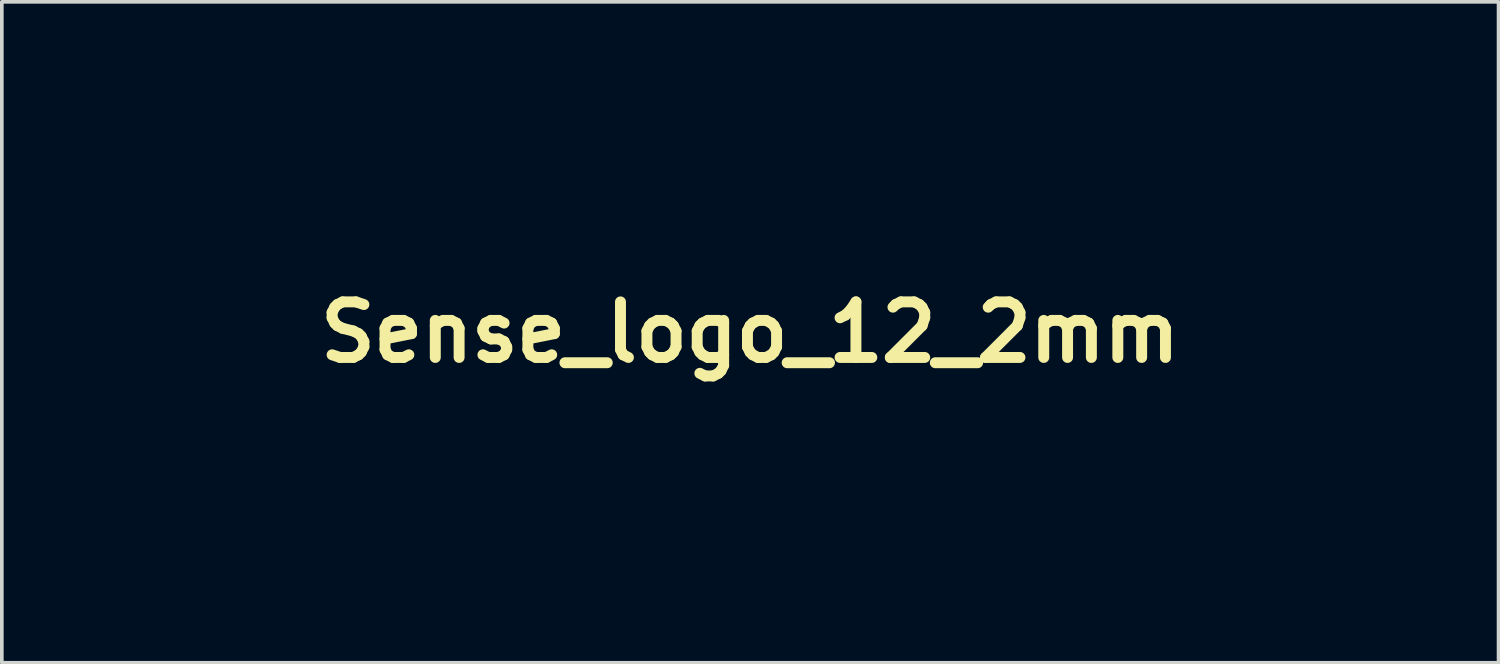
<source format=kicad_pcb>
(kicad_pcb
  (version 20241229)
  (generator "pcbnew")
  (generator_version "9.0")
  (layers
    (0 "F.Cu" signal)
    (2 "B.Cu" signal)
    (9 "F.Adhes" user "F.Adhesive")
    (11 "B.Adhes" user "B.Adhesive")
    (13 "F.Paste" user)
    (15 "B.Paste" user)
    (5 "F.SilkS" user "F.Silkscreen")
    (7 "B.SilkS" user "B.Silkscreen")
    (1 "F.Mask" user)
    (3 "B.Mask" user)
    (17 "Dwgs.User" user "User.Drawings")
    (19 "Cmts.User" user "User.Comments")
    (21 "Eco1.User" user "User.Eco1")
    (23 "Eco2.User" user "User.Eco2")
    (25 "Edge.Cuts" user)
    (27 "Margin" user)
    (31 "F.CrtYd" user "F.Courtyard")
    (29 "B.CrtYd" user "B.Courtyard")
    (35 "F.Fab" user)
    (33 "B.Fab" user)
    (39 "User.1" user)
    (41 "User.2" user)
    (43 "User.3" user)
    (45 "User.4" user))
  (footprint "Sense_logo_12_2mm"
    (layer "F.Cu")
    (at 17.527 6.066)
    (property "Reference" "Sense_logo_12_2mm" (at 0 0 0) (layer "F.SilkS") (effects (font (size 1.524 1.524) (thickness 0.3))))
    (attr through_hole)
    (fp_poly (pts (xy 0.872 0.874) (xy 0.945 0.913) (xy 0.946 0.914) (xy 1.016 0.969) (xy 1.016 2.98) (xy 1.015 3.295) (xy 1.015 3.596) (xy 1.013 3.879) (xy 1.012 4.139) (xy 1.01 4.373) (xy 1.008 4.578) (xy 1.006 4.748) (xy 1.003 4.88) (xy 1 4.97) (xy 0.998 5.015) (xy 0.997 5.019) (xy 0.931 5.075) (xy 0.844 5.1) (xy 0.753 5.092) (xy 0.678 5.048) (xy 0.678 5.048) (xy 0.622 4.991) (xy 0.624 2.977) (xy 0.624 2.603) (xy 0.625 2.277) (xy 0.625 1.995) (xy 0.626 1.754) (xy 0.628 1.551) (xy 0.63 1.383) (xy 0.634 1.245) (xy 0.64 1.136) (xy 0.647 1.051) (xy 0.656 0.988) (xy 0.667 0.943) (xy 0.681 0.913) (xy 0.698 0.894) (xy 0.718 0.884) (xy 0.741 0.879) (xy 0.767 0.876) (xy 0.789 0.873) (xy 0.872 0.874)) (stroke (width 0.01) (type solid)) (fill no) (layer "Eco2.User"))
    (fp_poly (pts (xy 8.278 0.877) (xy 8.347 0.911) (xy 8.391 0.954) (xy 8.394 0.961) (xy 8.397 0.992) (xy 8.399 1.07) (xy 8.401 1.191) (xy 8.403 1.35) (xy 8.405 1.545) (xy 8.407 1.772) (xy 8.408 2.025) (xy 8.409 2.302) (xy 8.41 2.598) (xy 8.41 2.909) (xy 8.41 3.008) (xy 8.411 5.016) (xy 8.356 5.061) (xy 8.276 5.098) (xy 8.184 5.102) (xy 8.102 5.074) (xy 8.077 5.055) (xy 8.068 5.044) (xy 8.06 5.031) (xy 8.053 5.012) (xy 8.047 4.982) (xy 8.042 4.94) (xy 8.038 4.881) (xy 8.035 4.802) (xy 8.032 4.7) (xy 8.03 4.572) (xy 8.029 4.413) (xy 8.028 4.221) (xy 8.027 3.993) (xy 8.027 3.724) (xy 8.026 3.412) (xy 8.026 3.053) (xy 8.026 0.969) (xy 8.093 0.916) (xy 8.153 0.879) (xy 8.205 0.864) (xy 8.206 0.864) (xy 8.278 0.877)) (stroke (width 0.01) (type solid)) (fill no) (layer "Eco2.User"))
    (fp_poly (pts (xy 14.455 0.887) (xy 14.511 0.914) (xy 14.563 0.971) (xy 14.62 1.063) (xy 14.679 1.161) (xy 14.756 1.287) (xy 14.848 1.434) (xy 14.951 1.598) (xy 15.063 1.772) (xy 15.178 1.951) (xy 15.295 2.13) (xy 15.409 2.304) (xy 15.516 2.466) (xy 15.613 2.611) (xy 15.697 2.735) (xy 15.764 2.831) (xy 15.81 2.893) (xy 15.83 2.916) (xy 15.856 2.929) (xy 15.885 2.919) (xy 15.926 2.879) (xy 15.979 2.815) (xy 16.06 2.706) (xy 16.163 2.558) (xy 16.285 2.373) (xy 16.424 2.157) (xy 16.576 1.914) (xy 16.74 1.648) (xy 16.845 1.474) (xy 16.936 1.324) (xy 17.02 1.187) (xy 17.093 1.072) (xy 17.15 0.983) (xy 17.189 0.927) (xy 17.203 0.909) (xy 17.25 0.895) (xy 17.306 0.889) (xy 17.371 0.908) (xy 17.441 0.954) (xy 17.497 1.013) (xy 17.525 1.072) (xy 17.526 1.082) (xy 17.513 1.122) (xy 17.479 1.193) (xy 17.43 1.281) (xy 17.407 1.319) (xy 17.354 1.402) (xy 17.278 1.52) (xy 17.183 1.666) (xy 17.073 1.834) (xy 16.953 2.016) (xy 16.828 2.205) (xy 16.702 2.395) (xy 16.58 2.579) (xy 16.467 2.749) (xy 16.366 2.898) (xy 16.283 3.021) (xy 16.243 3.079) (xy 16.072 3.325) (xy 16.069 4.167) (xy 16.066 5.008) (xy 16.006 5.057) (xy 15.924 5.096) (xy 15.829 5.103) (xy 15.744 5.076) (xy 15.734 5.069) (xy 15.72 5.057) (xy 15.709 5.039) (xy 15.701 5.009) (xy 15.694 4.962) (xy 15.688 4.893) (xy 15.684 4.797) (xy 15.68 4.669) (xy 15.677 4.502) (xy 15.673 4.292) (xy 15.672 4.187) (xy 15.659 3.34) (xy 14.955 2.279) (xy 14.816 2.07) (xy 14.685 1.873) (xy 14.565 1.691) (xy 14.459 1.53) (xy 14.369 1.393) (xy 14.299 1.285) (xy 14.25 1.21) (xy 14.226 1.172) (xy 14.225 1.17) (xy 14.196 1.073) (xy 14.212 0.987) (xy 14.265 0.921) (xy 14.351 0.885) (xy 14.385 0.882) (xy 14.455 0.887)) (stroke (width 0.01) (type solid)) (fill no) (layer "Eco2.User"))
    (fp_poly (pts (xy -1.546 0.871) (xy -1.422 0.874) (xy -1.252 0.88) (xy -1.125 0.885) (xy -1.034 0.891) (xy -0.972 0.898) (xy -0.931 0.908) (xy -0.903 0.922) (xy -0.882 0.941) (xy -0.87 0.954) (xy -0.824 1.019) (xy -0.819 1.075) (xy -0.856 1.14) (xy -0.864 1.151) (xy -0.916 1.217) (xy -1.722 1.224) (xy -1.98 1.226) (xy -2.192 1.229) (xy -2.362 1.237) (xy -2.495 1.254) (xy -2.597 1.282) (xy -2.67 1.326) (xy -2.721 1.39) (xy -2.753 1.477) (xy -2.771 1.591) (xy -2.78 1.735) (xy -2.785 1.913) (xy -2.788 2.071) (xy -2.792 2.273) (xy -2.793 2.428) (xy -2.79 2.54) (xy -2.785 2.611) (xy -2.776 2.647) (xy -2.772 2.652) (xy -2.74 2.657) (xy -2.664 2.661) (xy -2.551 2.664) (xy -2.406 2.666) (xy -2.237 2.668) (xy -2.051 2.669) (xy -2.002 2.669) (xy -1.771 2.668) (xy -1.585 2.67) (xy -1.44 2.673) (xy -1.331 2.68) (xy -1.253 2.691) (xy -1.2 2.707) (xy -1.167 2.73) (xy -1.15 2.76) (xy -1.144 2.799) (xy -1.143 2.841) (xy -1.144 2.891) (xy -1.15 2.931) (xy -1.166 2.962) (xy -1.198 2.985) (xy -1.251 3.001) (xy -1.329 3.012) (xy -1.439 3.018) (xy -1.585 3.022) (xy -1.772 3.023) (xy -1.958 3.023) (xy -2.147 3.024) (xy -2.322 3.025) (xy -2.475 3.027) (xy -2.599 3.031) (xy -2.688 3.034) (xy -2.734 3.038) (xy -2.737 3.039) (xy -2.794 3.054) (xy -2.794 5) (xy -2.861 5.053) (xy -2.951 5.099) (xy -3.038 5.094) (xy -3.099 5.059) (xy -3.156 5.013) (xy -3.151 3.227) (xy -3.15 2.87) (xy -3.149 2.56) (xy -3.148 2.293) (xy -3.146 2.066) (xy -3.143 1.875) (xy -3.139 1.716) (xy -3.134 1.586) (xy -3.127 1.481) (xy -3.118 1.397) (xy -3.108 1.331) (xy -3.095 1.279) (xy -3.079 1.237) (xy -3.061 1.201) (xy -3.039 1.168) (xy -3.014 1.135) (xy -3.01 1.13) (xy -2.955 1.074) (xy -2.875 1.014) (xy -2.821 0.981) (xy -2.765 0.953) (xy -2.71 0.932) (xy -2.647 0.916) (xy -2.564 0.905) (xy -2.45 0.894) (xy -2.303 0.884) (xy -2.145 0.876) (xy -1.953 0.872) (xy -1.748 0.87) (xy -1.546 0.871)) (stroke (width 0.01) (type solid)) (fill no) (layer "Eco2.User"))
    (fp_poly (pts (xy 12.135 0.914) (xy 12.372 0.915) (xy 12.57 0.916) (xy 12.732 0.919) (xy 12.861 0.923) (xy 12.961 0.929) (xy 13.035 0.938) (xy 13.089 0.949) (xy 13.124 0.963) (xy 13.145 0.981) (xy 13.155 1.002) (xy 13.158 1.027) (xy 13.157 1.057) (xy 13.157 1.077) (xy 13.156 1.125) (xy 13.147 1.163) (xy 13.127 1.192) (xy 13.089 1.213) (xy 13.028 1.228) (xy 12.939 1.237) (xy 12.816 1.242) (xy 12.654 1.244) (xy 12.447 1.245) (xy 12.413 1.245) (xy 12.215 1.245) (xy 12.061 1.245) (xy 11.946 1.247) (xy 11.864 1.25) (xy 11.808 1.255) (xy 11.773 1.263) (xy 11.752 1.274) (xy 11.739 1.288) (xy 11.732 1.301) (xy 11.726 1.325) (xy 11.721 1.373) (xy 11.717 1.449) (xy 11.714 1.555) (xy 11.712 1.693) (xy 11.71 1.867) (xy 11.71 2.08) (xy 11.711 2.334) (xy 11.712 2.631) (xy 11.715 2.975) (xy 11.717 3.18) (xy 11.72 3.537) (xy 11.722 3.848) (xy 11.724 4.114) (xy 11.725 4.339) (xy 11.725 4.528) (xy 11.723 4.682) (xy 11.719 4.807) (xy 11.713 4.904) (xy 11.705 4.978) (xy 11.693 5.031) (xy 11.679 5.068) (xy 11.662 5.092) (xy 11.641 5.106) (xy 11.616 5.113) (xy 11.588 5.117) (xy 11.555 5.121) (xy 11.478 5.123) (xy 11.415 5.093) (xy 11.394 5.075) (xy 11.323 5.015) (xy 11.327 3.165) (xy 11.328 2.789) (xy 11.328 2.461) (xy 11.327 2.179) (xy 11.326 1.94) (xy 11.324 1.742) (xy 11.321 1.583) (xy 11.318 1.46) (xy 11.314 1.371) (xy 11.309 1.313) (xy 11.303 1.284) (xy 11.301 1.28) (xy 11.283 1.269) (xy 11.246 1.26) (xy 11.185 1.254) (xy 11.095 1.249) (xy 10.969 1.246) (xy 10.803 1.245) (xy 10.627 1.245) (xy 10.429 1.244) (xy 10.275 1.244) (xy 10.16 1.241) (xy 10.076 1.238) (xy 10.018 1.232) (xy 9.98 1.224) (xy 9.954 1.213) (xy 9.936 1.198) (xy 9.931 1.194) (xy 9.89 1.123) (xy 9.884 1.042) (xy 9.914 0.97) (xy 9.927 0.956) (xy 9.94 0.948) (xy 9.961 0.94) (xy 9.994 0.934) (xy 10.043 0.929) (xy 10.112 0.925) (xy 10.203 0.921) (xy 10.322 0.919) (xy 10.472 0.917) (xy 10.656 0.916) (xy 10.879 0.915) (xy 11.145 0.915) (xy 11.456 0.914) (xy 11.525 0.914) (xy 11.854 0.914) (xy 12.135 0.914)) (stroke (width 0.01) (type solid)) (fill no) (layer "Eco2.User"))
    (fp_poly (pts (xy 11.884 -5.101) (xy 12.132 -5.049) (xy 12.364 -4.962) (xy 12.524 -4.872) (xy 12.658 -4.767) (xy 12.748 -4.663) (xy 12.793 -4.563) (xy 12.792 -4.469) (xy 12.743 -4.385) (xy 12.737 -4.378) (xy 12.682 -4.337) (xy 12.625 -4.328) (xy 12.558 -4.354) (xy 12.476 -4.418) (xy 12.385 -4.506) (xy 12.246 -4.63) (xy 12.099 -4.715) (xy 11.932 -4.768) (xy 11.732 -4.794) (xy 11.726 -4.795) (xy 11.521 -4.788) (xy 11.335 -4.744) (xy 11.173 -4.666) (xy 11.042 -4.556) (xy 10.949 -4.418) (xy 10.944 -4.408) (xy 10.906 -4.274) (xy 10.898 -4.123) (xy 10.92 -3.976) (xy 10.949 -3.895) (xy 10.996 -3.81) (xy 11.054 -3.734) (xy 11.127 -3.662) (xy 11.223 -3.589) (xy 11.347 -3.511) (xy 11.506 -3.423) (xy 11.704 -3.322) (xy 11.755 -3.297) (xy 11.914 -3.217) (xy 12.067 -3.138) (xy 12.205 -3.065) (xy 12.319 -3.003) (xy 12.399 -2.956) (xy 12.417 -2.945) (xy 12.611 -2.791) (xy 12.771 -2.615) (xy 12.895 -2.421) (xy 12.979 -2.218) (xy 13.02 -2.01) (xy 13.015 -1.805) (xy 13.01 -1.772) (xy 12.943 -1.545) (xy 12.832 -1.34) (xy 12.681 -1.161) (xy 12.494 -1.013) (xy 12.274 -0.899) (xy 12.141 -0.852) (xy 12.048 -0.832) (xy 11.922 -0.816) (xy 11.779 -0.804) (xy 11.636 -0.797) (xy 11.509 -0.797) (xy 11.417 -0.804) (xy 11.159 -0.864) (xy 10.923 -0.954) (xy 10.714 -1.072) (xy 10.541 -1.213) (xy 10.416 -1.363) (xy 10.358 -1.478) (xy 10.342 -1.576) (xy 10.367 -1.654) (xy 10.43 -1.706) (xy 10.53 -1.727) (xy 10.541 -1.727) (xy 10.609 -1.722) (xy 10.654 -1.696) (xy 10.698 -1.639) (xy 10.702 -1.632) (xy 10.755 -1.561) (xy 10.828 -1.48) (xy 10.882 -1.426) (xy 11.049 -1.305) (xy 11.241 -1.218) (xy 11.449 -1.165) (xy 11.664 -1.147) (xy 11.877 -1.164) (xy 12.08 -1.216) (xy 12.264 -1.303) (xy 12.407 -1.414) (xy 12.524 -1.561) (xy 12.597 -1.728) (xy 12.625 -1.907) (xy 12.607 -2.089) (xy 12.547 -2.253) (xy 12.499 -2.341) (xy 12.444 -2.42) (xy 12.376 -2.496) (xy 12.291 -2.57) (xy 12.185 -2.648) (xy 12.052 -2.731) (xy 11.887 -2.825) (xy 11.686 -2.932) (xy 11.443 -3.056) (xy 11.437 -3.058) (xy 11.232 -3.165) (xy 11.067 -3.259) (xy 10.936 -3.346) (xy 10.833 -3.432) (xy 10.751 -3.52) (xy 10.683 -3.618) (xy 10.63 -3.717) (xy 10.553 -3.926) (xy 10.524 -4.134) (xy 10.541 -4.336) (xy 10.602 -4.527) (xy 10.704 -4.701) (xy 10.845 -4.851) (xy 11.024 -4.973) (xy 11.155 -5.033) (xy 11.383 -5.095) (xy 11.63 -5.117) (xy 11.884 -5.101)) (stroke (width 0.01) (type solid)) (fill no) (layer "Eco2.User"))
    (fp_poly (pts (xy -1.606 -5.101) (xy -1.447 -5.075) (xy -1.424 -5.069) (xy -1.252 -5.012) (xy -1.096 -4.94) (xy -0.959 -4.857) (xy -0.847 -4.767) (xy -0.762 -4.675) (xy -0.708 -4.584) (xy -0.69 -4.5) (xy -0.71 -4.425) (xy -0.773 -4.364) (xy -0.789 -4.355) (xy -0.848 -4.332) (xy -0.9 -4.331) (xy -0.956 -4.359) (xy -1.026 -4.42) (xy -1.088 -4.483) (xy -1.259 -4.63) (xy -1.451 -4.731) (xy -1.664 -4.786) (xy -1.9 -4.796) (xy -1.918 -4.795) (xy -2.119 -4.762) (xy -2.291 -4.692) (xy -2.428 -4.586) (xy -2.53 -4.448) (xy -2.581 -4.323) (xy -2.604 -4.159) (xy -2.579 -3.993) (xy -2.511 -3.832) (xy -2.401 -3.686) (xy -2.358 -3.644) (xy -2.307 -3.608) (xy -2.219 -3.554) (xy -2.101 -3.486) (xy -1.961 -3.41) (xy -1.805 -3.329) (xy -1.708 -3.28) (xy -1.543 -3.195) (xy -1.384 -3.111) (xy -1.24 -3.032) (xy -1.118 -2.963) (xy -1.029 -2.908) (xy -0.998 -2.887) (xy -0.815 -2.725) (xy -0.661 -2.534) (xy -0.562 -2.362) (xy -0.532 -2.293) (xy -0.513 -2.229) (xy -0.502 -2.155) (xy -0.497 -2.056) (xy -0.496 -1.942) (xy -0.496 -1.817) (xy -0.5 -1.728) (xy -0.511 -1.659) (xy -0.532 -1.594) (xy -0.565 -1.52) (xy -0.591 -1.468) (xy -0.714 -1.275) (xy -0.874 -1.111) (xy -1.067 -0.978) (xy -1.285 -0.878) (xy -1.524 -0.814) (xy -1.778 -0.788) (xy -2.041 -0.802) (xy -2.182 -0.827) (xy -2.366 -0.872) (xy -2.516 -0.923) (xy -2.647 -0.985) (xy -2.735 -1.038) (xy -2.853 -1.126) (xy -2.965 -1.229) (xy -3.06 -1.337) (xy -3.128 -1.438) (xy -3.151 -1.49) (xy -3.161 -1.585) (xy -3.128 -1.659) (xy -3.054 -1.707) (xy -2.979 -1.722) (xy -2.906 -1.721) (xy -2.858 -1.698) (xy -2.816 -1.651) (xy -2.715 -1.525) (xy -2.629 -1.433) (xy -2.543 -1.363) (xy -2.448 -1.305) (xy -2.412 -1.286) (xy -2.2 -1.202) (xy -1.983 -1.157) (xy -1.766 -1.149) (xy -1.559 -1.176) (xy -1.366 -1.238) (xy -1.195 -1.332) (xy -1.054 -1.458) (xy -0.959 -1.592) (xy -0.892 -1.765) (xy -0.873 -1.944) (xy -0.9 -2.122) (xy -0.972 -2.294) (xy -1.087 -2.456) (xy -1.244 -2.601) (xy -1.261 -2.614) (xy -1.33 -2.659) (xy -1.435 -2.722) (xy -1.568 -2.798) (xy -1.721 -2.882) (xy -1.883 -2.969) (xy -1.976 -3.017) (xy -2.191 -3.13) (xy -2.365 -3.227) (xy -2.504 -3.312) (xy -2.614 -3.391) (xy -2.701 -3.468) (xy -2.77 -3.548) (xy -2.828 -3.634) (xy -2.879 -3.733) (xy -2.88 -3.734) (xy -2.917 -3.816) (xy -2.94 -3.885) (xy -2.953 -3.957) (xy -2.958 -4.051) (xy -2.959 -4.153) (xy -2.957 -4.278) (xy -2.95 -4.368) (xy -2.936 -4.439) (xy -2.911 -4.504) (xy -2.897 -4.534) (xy -2.782 -4.715) (xy -2.632 -4.865) (xy -2.442 -4.984) (xy -2.271 -5.057) (xy -2.135 -5.09) (xy -1.968 -5.109) (xy -1.786 -5.112) (xy -1.606 -5.101)) (stroke (width 0.01) (type solid)) (fill no) (layer "Eco2.User"))
    (fp_poly (pts (xy 6.121 0.909) (xy 6.177 0.954) (xy 6.187 2.897) (xy 6.189 3.258) (xy 6.191 3.571) (xy 6.192 3.841) (xy 6.192 4.071) (xy 6.192 4.263) (xy 6.191 4.423) (xy 6.19 4.552) (xy 6.188 4.656) (xy 6.184 4.736) (xy 6.18 4.798) (xy 6.176 4.843) (xy 6.17 4.877) (xy 6.163 4.901) (xy 6.154 4.921) (xy 6.15 4.928) (xy 6.072 5.025) (xy 5.962 5.092) (xy 5.833 5.126) (xy 5.698 5.123) (xy 5.606 5.096) (xy 5.537 5.055) (xy 5.465 4.993) (xy 5.446 4.974) (xy 5.413 4.931) (xy 5.366 4.861) (xy 5.304 4.762) (xy 5.225 4.631) (xy 5.128 4.468) (xy 5.014 4.271) (xy 4.88 4.038) (xy 4.725 3.767) (xy 4.55 3.456) (xy 4.352 3.104) (xy 4.13 2.71) (xy 4.128 2.705) (xy 3.97 2.424) (xy 3.836 2.185) (xy 3.722 1.983) (xy 3.627 1.816) (xy 3.549 1.681) (xy 3.486 1.573) (xy 3.436 1.49) (xy 3.396 1.429) (xy 3.365 1.386) (xy 3.342 1.359) (xy 3.323 1.343) (xy 3.307 1.335) (xy 3.292 1.334) (xy 3.289 1.333) (xy 3.265 1.34) (xy 3.246 1.362) (xy 3.231 1.404) (xy 3.219 1.471) (xy 3.212 1.566) (xy 3.207 1.693) (xy 3.206 1.857) (xy 3.207 2.062) (xy 3.21 2.313) (xy 3.211 2.4) (xy 3.215 2.65) (xy 3.219 2.934) (xy 3.222 3.237) (xy 3.225 3.543) (xy 3.227 3.836) (xy 3.229 4.101) (xy 3.229 4.126) (xy 3.232 5.014) (xy 3.164 5.072) (xy 3.081 5.121) (xy 2.993 5.122) (xy 2.915 5.091) (xy 2.866 5.059) (xy 2.844 5.035) (xy 2.844 5.035) (xy 2.844 5.007) (xy 2.843 4.932) (xy 2.843 4.815) (xy 2.843 4.659) (xy 2.843 4.467) (xy 2.842 4.244) (xy 2.842 3.995) (xy 2.842 3.722) (xy 2.842 3.43) (xy 2.842 3.122) (xy 2.842 3.08) (xy 2.841 2.719) (xy 2.841 2.406) (xy 2.842 2.137) (xy 2.842 1.908) (xy 2.843 1.716) (xy 2.845 1.557) (xy 2.847 1.428) (xy 2.85 1.325) (xy 2.853 1.245) (xy 2.857 1.185) (xy 2.863 1.141) (xy 2.869 1.109) (xy 2.876 1.085) (xy 2.884 1.068) (xy 2.887 1.063) (xy 2.977 0.954) (xy 3.093 0.889) (xy 3.17 0.871) (xy 3.289 0.878) (xy 3.414 0.922) (xy 3.531 0.997) (xy 3.624 1.094) (xy 3.63 1.102) (xy 3.657 1.145) (xy 3.706 1.227) (xy 3.775 1.344) (xy 3.86 1.492) (xy 3.96 1.665) (xy 4.071 1.859) (xy 4.191 2.068) (xy 4.317 2.29) (xy 4.344 2.338) (xy 4.559 2.716) (xy 4.759 3.065) (xy 4.941 3.384) (xy 5.106 3.67) (xy 5.252 3.922) (xy 5.378 4.136) (xy 5.482 4.312) (xy 5.564 4.447) (xy 5.604 4.512) (xy 5.675 4.608) (xy 5.734 4.657) (xy 5.78 4.659) (xy 5.798 4.643) (xy 5.802 4.612) (xy 5.805 4.533) (xy 5.807 4.409) (xy 5.809 4.244) (xy 5.81 4.041) (xy 5.811 3.802) (xy 5.81 3.531) (xy 5.809 3.23) (xy 5.807 2.904) (xy 5.806 2.79) (xy 5.791 0.969) (xy 5.858 0.916) (xy 5.95 0.871) (xy 6.045 0.871) (xy 6.121 0.909)) (stroke (width 0.01) (type solid)) (fill no) (layer "Eco2.User"))
    (fp_poly (pts (xy 3.058 -5.077) (xy 3.197 -5.075) (xy 3.301 -5.072) (xy 3.364 -5.069) (xy 3.371 -5.068) (xy 3.474 -5.037) (xy 3.545 -4.984) (xy 3.579 -4.918) (xy 3.573 -4.847) (xy 3.528 -4.785) (xy 3.51 -4.772) (xy 3.486 -4.761) (xy 3.45 -4.753) (xy 3.397 -4.746) (xy 3.321 -4.74) (xy 3.216 -4.736) (xy 3.078 -4.732) (xy 2.901 -4.729) (xy 2.679 -4.725) (xy 2.645 -4.724) (xy 2.4 -4.72) (xy 2.199 -4.716) (xy 2.04 -4.71) (xy 1.916 -4.702) (xy 1.822 -4.69) (xy 1.753 -4.675) (xy 1.705 -4.654) (xy 1.671 -4.627) (xy 1.647 -4.594) (xy 1.628 -4.552) (xy 1.624 -4.541) (xy 1.612 -4.486) (xy 1.601 -4.393) (xy 1.592 -4.271) (xy 1.585 -4.129) (xy 1.58 -3.976) (xy 1.578 -3.821) (xy 1.577 -3.673) (xy 1.58 -3.542) (xy 1.585 -3.436) (xy 1.593 -3.365) (xy 1.601 -3.339) (xy 1.617 -3.328) (xy 1.648 -3.32) (xy 1.7 -3.313) (xy 1.778 -3.309) (xy 1.887 -3.305) (xy 2.032 -3.303) (xy 2.217 -3.302) (xy 2.425 -3.302) (xy 2.648 -3.302) (xy 2.825 -3.301) (xy 2.962 -3.299) (xy 3.066 -3.297) (xy 3.14 -3.292) (xy 3.191 -3.286) (xy 3.225 -3.278) (xy 3.246 -3.268) (xy 3.26 -3.256) (xy 3.295 -3.184) (xy 3.297 -3.1) (xy 3.266 -3.026) (xy 3.252 -3.011) (xy 3.234 -2.998) (xy 3.208 -2.988) (xy 3.169 -2.98) (xy 3.111 -2.974) (xy 3.027 -2.969) (xy 2.914 -2.966) (xy 2.765 -2.964) (xy 2.574 -2.963) (xy 2.42 -2.962) (xy 2.225 -2.961) (xy 2.045 -2.958) (xy 1.888 -2.955) (xy 1.759 -2.951) (xy 1.666 -2.946) (xy 1.614 -2.941) (xy 1.607 -2.939) (xy 1.597 -2.908) (xy 1.589 -2.835) (xy 1.583 -2.726) (xy 1.579 -2.591) (xy 1.576 -2.437) (xy 1.574 -2.272) (xy 1.575 -2.104) (xy 1.577 -1.941) (xy 1.581 -1.791) (xy 1.586 -1.662) (xy 1.593 -1.561) (xy 1.602 -1.499) (xy 1.653 -1.37) (xy 1.742 -1.274) (xy 1.829 -1.223) (xy 1.861 -1.211) (xy 1.904 -1.202) (xy 1.965 -1.195) (xy 2.049 -1.189) (xy 2.161 -1.185) (xy 2.307 -1.181) (xy 2.492 -1.179) (xy 2.722 -1.177) (xy 2.756 -1.177) (xy 2.958 -1.175) (xy 3.145 -1.174) (xy 3.309 -1.173) (xy 3.446 -1.172) (xy 3.548 -1.171) (xy 3.61 -1.17) (xy 3.625 -1.17) (xy 3.668 -1.146) (xy 3.705 -1.091) (xy 3.725 -1.024) (xy 3.724 -0.979) (xy 3.712 -0.942) (xy 3.693 -0.912) (xy 3.662 -0.889) (xy 3.615 -0.871) (xy 3.546 -0.858) (xy 3.449 -0.849) (xy 3.321 -0.844) (xy 3.156 -0.841) (xy 2.949 -0.841) (xy 2.764 -0.841) (xy 2.561 -0.843) (xy 2.371 -0.845) (xy 2.198 -0.848) (xy 2.052 -0.852) (xy 1.939 -0.857) (xy 1.867 -0.862) (xy 1.851 -0.864) (xy 1.66 -0.916) (xy 1.497 -1.001) (xy 1.368 -1.114) (xy 1.278 -1.25) (xy 1.251 -1.321) (xy 1.242 -1.355) (xy 1.234 -1.395) (xy 1.228 -1.446) (xy 1.223 -1.513) (xy 1.219 -1.598) (xy 1.216 -1.707) (xy 1.214 -1.842) (xy 1.213 -2.01) (xy 1.212 -2.212) (xy 1.212 -2.455) (xy 1.212 -2.742) (xy 1.213 -2.962) (xy 1.214 -3.3) (xy 1.217 -3.604) (xy 1.22 -3.872) (xy 1.223 -4.101) (xy 1.228 -4.289) (xy 1.233 -4.434) (xy 1.238 -4.533) (xy 1.244 -4.582) (xy 1.301 -4.74) (xy 1.395 -4.867) (xy 1.53 -4.967) (xy 1.656 -5.024) (xy 1.699 -5.037) (xy 1.756 -5.047) (xy 1.833 -5.055) (xy 1.938 -5.061) (xy 2.074 -5.066) (xy 2.249 -5.07) (xy 2.467 -5.074) (xy 2.512 -5.075) (xy 2.708 -5.077) (xy 2.892 -5.077) (xy 3.058 -5.077)) (stroke (width 0.01) (type solid)) (fill no) (layer "Eco2.User"))
    (fp_poly (pts (xy 16.525 -5.066) (xy 16.671 -5.065) (xy 16.783 -5.063) (xy 16.865 -5.059) (xy 16.923 -5.054) (xy 16.963 -5.046) (xy 16.99 -5.037) (xy 17.008 -5.025) (xy 17.015 -5.019) (xy 17.059 -4.948) (xy 17.064 -4.865) (xy 17.029 -4.787) (xy 17.018 -4.775) (xy 17.002 -4.761) (xy 16.98 -4.75) (xy 16.949 -4.741) (xy 16.901 -4.734) (xy 16.832 -4.73) (xy 16.735 -4.727) (xy 16.606 -4.725) (xy 16.438 -4.725) (xy 16.225 -4.724) (xy 16.186 -4.724) (xy 15.981 -4.723) (xy 15.792 -4.721) (xy 15.624 -4.717) (xy 15.486 -4.713) (xy 15.383 -4.707) (xy 15.322 -4.701) (xy 15.314 -4.699) (xy 15.233 -4.663) (xy 15.164 -4.61) (xy 15.162 -4.608) (xy 15.142 -4.586) (xy 15.127 -4.563) (xy 15.116 -4.531) (xy 15.108 -4.484) (xy 15.103 -4.416) (xy 15.099 -4.319) (xy 15.096 -4.187) (xy 15.094 -4.013) (xy 15.093 -3.944) (xy 15.091 -3.745) (xy 15.091 -3.591) (xy 15.093 -3.478) (xy 15.097 -3.4) (xy 15.104 -3.351) (xy 15.114 -3.327) (xy 15.118 -3.324) (xy 15.151 -3.319) (xy 15.228 -3.314) (xy 15.343 -3.31) (xy 15.489 -3.306) (xy 15.66 -3.304) (xy 15.85 -3.303) (xy 15.932 -3.302) (xy 16.152 -3.302) (xy 16.327 -3.301) (xy 16.463 -3.3) (xy 16.564 -3.297) (xy 16.638 -3.293) (xy 16.688 -3.287) (xy 16.722 -3.278) (xy 16.745 -3.268) (xy 16.761 -3.254) (xy 16.764 -3.251) (xy 16.808 -3.175) (xy 16.806 -3.09) (xy 16.768 -3.022) (xy 16.755 -3.006) (xy 16.738 -2.993) (xy 16.713 -2.983) (xy 16.675 -2.976) (xy 16.617 -2.971) (xy 16.535 -2.967) (xy 16.423 -2.965) (xy 16.274 -2.963) (xy 16.085 -2.962) (xy 15.917 -2.962) (xy 15.689 -2.961) (xy 15.506 -2.959) (xy 15.365 -2.957) (xy 15.259 -2.953) (xy 15.183 -2.948) (xy 15.132 -2.942) (xy 15.102 -2.933) (xy 15.086 -2.923) (xy 15.085 -2.921) (xy 15.077 -2.882) (xy 15.071 -2.794) (xy 15.067 -2.658) (xy 15.067 -2.477) (xy 15.068 -2.252) (xy 15.069 -2.195) (xy 15.073 -1.966) (xy 15.078 -1.781) (xy 15.086 -1.636) (xy 15.098 -1.525) (xy 15.115 -1.44) (xy 15.139 -1.378) (xy 15.171 -1.332) (xy 15.213 -1.295) (xy 15.267 -1.263) (xy 15.303 -1.245) (xy 15.431 -1.181) (xy 16.269 -1.176) (xy 16.47 -1.175) (xy 16.655 -1.174) (xy 16.818 -1.173) (xy 16.952 -1.172) (xy 17.052 -1.171) (xy 17.111 -1.17) (xy 17.124 -1.17) (xy 17.154 -1.153) (xy 17.181 -1.128) (xy 17.216 -1.062) (xy 17.215 -0.982) (xy 17.179 -0.91) (xy 17.168 -0.899) (xy 17.15 -0.886) (xy 17.127 -0.875) (xy 17.092 -0.867) (xy 17.041 -0.86) (xy 16.967 -0.856) (xy 16.865 -0.852) (xy 16.73 -0.85) (xy 16.557 -0.848) (xy 16.339 -0.846) (xy 16.285 -0.846) (xy 16.032 -0.845) (xy 15.824 -0.846) (xy 15.657 -0.848) (xy 15.525 -0.853) (xy 15.422 -0.859) (xy 15.344 -0.868) (xy 15.295 -0.877) (xy 15.123 -0.93) (xy 14.977 -1.008) (xy 14.867 -1.104) (xy 14.85 -1.125) (xy 14.824 -1.16) (xy 14.802 -1.194) (xy 14.783 -1.23) (xy 14.767 -1.272) (xy 14.755 -1.326) (xy 14.744 -1.393) (xy 14.736 -1.479) (xy 14.73 -1.587) (xy 14.726 -1.722) (xy 14.723 -1.887) (xy 14.721 -2.086) (xy 14.72 -2.324) (xy 14.719 -2.603) (xy 14.719 -2.929) (xy 14.719 -2.985) (xy 14.719 -4.559) (xy 14.786 -4.702) (xy 14.872 -4.84) (xy 14.989 -4.944) (xy 15.14 -5.022) (xy 15.176 -5.034) (xy 15.219 -5.043) (xy 15.276 -5.051) (xy 15.351 -5.057) (xy 15.45 -5.061) (xy 15.579 -5.064) (xy 15.744 -5.065) (xy 15.951 -5.066) (xy 16.107 -5.066) (xy 16.339 -5.067) (xy 16.525 -5.066)) (stroke (width 0.01) (type solid)) (fill no) (layer "Eco2.User"))
    (fp_poly (pts (xy 8.559 -5.071) (xy 8.628 -5.033) (xy 8.656 -4.993) (xy 8.662 -4.962) (xy 8.667 -4.895) (xy 8.672 -4.79) (xy 8.676 -4.646) (xy 8.679 -4.462) (xy 8.682 -4.234) (xy 8.684 -3.962) (xy 8.686 -3.644) (xy 8.688 -3.278) (xy 8.688 -3.024) (xy 8.689 -2.667) (xy 8.689 -2.357) (xy 8.689 -2.091) (xy 8.689 -1.865) (xy 8.688 -1.675) (xy 8.687 -1.519) (xy 8.685 -1.392) (xy 8.682 -1.291) (xy 8.679 -1.213) (xy 8.674 -1.153) (xy 8.669 -1.108) (xy 8.663 -1.076) (xy 8.655 -1.051) (xy 8.647 -1.031) (xy 8.643 -1.023) (xy 8.572 -0.935) (xy 8.47 -0.865) (xy 8.354 -0.821) (xy 8.283 -0.813) (xy 8.2 -0.825) (xy 8.108 -0.852) (xy 8.087 -0.861) (xy 8.004 -0.912) (xy 7.931 -0.978) (xy 7.918 -0.994) (xy 7.88 -1.051) (xy 7.823 -1.141) (xy 7.747 -1.267) (xy 7.652 -1.429) (xy 7.536 -1.629) (xy 7.398 -1.869) (xy 7.239 -2.15) (xy 7.057 -2.472) (xy 6.898 -2.756) (xy 6.71 -3.09) (xy 6.545 -3.383) (xy 6.402 -3.638) (xy 6.28 -3.855) (xy 6.175 -4.04) (xy 6.087 -4.194) (xy 6.015 -4.32) (xy 5.955 -4.42) (xy 5.908 -4.498) (xy 5.87 -4.556) (xy 5.841 -4.597) (xy 5.819 -4.623) (xy 5.802 -4.637) (xy 5.788 -4.643) (xy 5.776 -4.642) (xy 5.765 -4.637) (xy 5.753 -4.632) (xy 5.745 -4.625) (xy 5.739 -4.608) (xy 5.733 -4.578) (xy 5.729 -4.531) (xy 5.725 -4.463) (xy 5.722 -4.373) (xy 5.719 -4.255) (xy 5.718 -4.107) (xy 5.716 -3.925) (xy 5.716 -3.707) (xy 5.715 -3.447) (xy 5.715 -3.144) (xy 5.716 -2.794) (xy 5.716 -2.776) (xy 5.716 -2.415) (xy 5.717 -2.103) (xy 5.717 -1.834) (xy 5.716 -1.606) (xy 5.715 -1.416) (xy 5.712 -1.259) (xy 5.707 -1.134) (xy 5.7 -1.036) (xy 5.691 -0.962) (xy 5.679 -0.908) (xy 5.664 -0.873) (xy 5.645 -0.851) (xy 5.623 -0.84) (xy 5.597 -0.836) (xy 5.567 -0.837) (xy 5.532 -0.838) (xy 5.524 -0.838) (xy 5.49 -0.837) (xy 5.459 -0.836) (xy 5.433 -0.838) (xy 5.411 -0.847) (xy 5.392 -0.865) (xy 5.376 -0.896) (xy 5.364 -0.944) (xy 5.354 -1.011) (xy 5.346 -1.101) (xy 5.34 -1.217) (xy 5.337 -1.362) (xy 5.334 -1.54) (xy 5.333 -1.753) (xy 5.332 -2.006) (xy 5.332 -2.301) (xy 5.332 -2.641) (xy 5.332 -2.869) (xy 5.332 -3.229) (xy 5.332 -3.542) (xy 5.333 -3.811) (xy 5.333 -4.04) (xy 5.335 -4.232) (xy 5.336 -4.391) (xy 5.338 -4.52) (xy 5.341 -4.622) (xy 5.345 -4.702) (xy 5.349 -4.763) (xy 5.354 -4.807) (xy 5.36 -4.839) (xy 5.368 -4.862) (xy 5.376 -4.88) (xy 5.379 -4.885) (xy 5.466 -4.989) (xy 5.576 -5.054) (xy 5.701 -5.078) (xy 5.832 -5.062) (xy 5.96 -5.006) (xy 6.074 -4.911) (xy 6.098 -4.877) (xy 6.144 -4.802) (xy 6.211 -4.691) (xy 6.297 -4.548) (xy 6.398 -4.376) (xy 6.513 -4.179) (xy 6.639 -3.961) (xy 6.774 -3.726) (xy 6.916 -3.478) (xy 6.973 -3.378) (xy 7.174 -3.026) (xy 7.351 -2.715) (xy 7.507 -2.444) (xy 7.642 -2.209) (xy 7.758 -2.008) (xy 7.857 -1.838) (xy 7.941 -1.697) (xy 8.011 -1.582) (xy 8.068 -1.491) (xy 8.114 -1.421) (xy 8.152 -1.37) (xy 8.182 -1.334) (xy 8.205 -1.312) (xy 8.225 -1.301) (xy 8.241 -1.298) (xy 8.257 -1.301) (xy 8.264 -1.303) (xy 8.29 -1.335) (xy 8.309 -1.397) (xy 8.311 -1.414) (xy 8.313 -1.456) (xy 8.314 -1.544) (xy 8.314 -1.673) (xy 8.314 -1.841) (xy 8.313 -2.041) (xy 8.312 -2.269) (xy 8.31 -2.522) (xy 8.307 -2.794) (xy 8.304 -3.082) (xy 8.303 -3.226) (xy 8.299 -3.563) (xy 8.296 -3.854) (xy 8.293 -4.101) (xy 8.292 -4.308) (xy 8.291 -4.479) (xy 8.291 -4.618) (xy 8.292 -4.729) (xy 8.295 -4.814) (xy 8.298 -4.878) (xy 8.303 -4.925) (xy 8.308 -4.958) (xy 8.315 -4.98) (xy 8.324 -4.997) (xy 8.328 -5.004) (xy 8.393 -5.058) (xy 8.475 -5.08) (xy 8.559 -5.071)) (stroke (width 0.01) (type solid)) (fill no) (layer "Eco2.User"))
    (fp_poly (pts (xy -11.274 -6.061) (xy -11.024 -6.055) (xy -10.796 -6.042) (xy -10.6 -6.022) (xy -10.528 -6.012) (xy -9.988 -5.9) (xy -9.475 -5.749) (xy -8.984 -5.558) (xy -8.749 -5.447) (xy -8.612 -5.379) (xy -8.5 -5.321) (xy -8.401 -5.266) (xy -8.303 -5.208) (xy -8.194 -5.139) (xy -8.063 -5.054) (xy -7.954 -4.982) (xy -7.616 -4.733) (xy -7.283 -4.443) (xy -6.963 -4.122) (xy -6.665 -3.778) (xy -6.399 -3.42) (xy -6.272 -3.226) (xy -6.032 -2.796) (xy -5.822 -2.334) (xy -5.647 -1.851) (xy -5.51 -1.357) (xy -5.414 -0.864) (xy -5.387 -0.655) (xy -5.374 -0.5) (xy -5.366 -0.31) (xy -5.361 -0.099) (xy -5.361 0.118) (xy -5.365 0.328) (xy -5.373 0.516) (xy -5.385 0.668) (xy -5.386 0.673) (xy -5.464 1.163) (xy -5.587 1.656) (xy -5.751 2.144) (xy -5.951 2.617) (xy -6.186 3.069) (xy -6.452 3.491) (xy -6.691 3.81) (xy -7.055 4.219) (xy -7.454 4.593) (xy -7.884 4.93) (xy -8.341 5.228) (xy -8.821 5.484) (xy -9.322 5.695) (xy -9.808 5.852) (xy -10.063 5.918) (xy -10.294 5.969) (xy -10.515 6.006) (xy -10.74 6.032) (xy -10.984 6.048) (xy -11.26 6.057) (xy -11.328 6.058) (xy -11.5 6.059) (xy -11.661 6.06) (xy -11.801 6.06) (xy -11.912 6.058) (xy -11.985 6.056) (xy -12.002 6.055) (xy -12.513 5.982) (xy -13.004 5.87) (xy -13.486 5.716) (xy -13.967 5.517) (xy -14.135 5.437) (xy -14.525 5.231) (xy -14.879 5.01) (xy -15.211 4.765) (xy -15.532 4.487) (xy -15.612 4.409) (xy -12.795 4.409) (xy -12.785 4.468) (xy -12.763 4.513) (xy -12.712 4.576) (xy -12.647 4.598) (xy -12.564 4.577) (xy -12.458 4.515) (xy -12.439 4.501) (xy -12.364 4.449) (xy -12.26 4.379) (xy -12.142 4.301) (xy -12.027 4.228) (xy -11.903 4.149) (xy -11.779 4.069) (xy -11.668 3.995) (xy -11.592 3.944) (xy -11.333 3.734) (xy -11.111 3.492) (xy -10.929 3.223) (xy -10.788 2.93) (xy -10.69 2.619) (xy -10.638 2.293) (xy -10.633 1.957) (xy -10.641 1.86) (xy -10.658 1.713) (xy -10.68 1.562) (xy -10.709 1.402) (xy -10.746 1.227) (xy -10.792 1.033) (xy -10.849 0.814) (xy -10.917 0.566) (xy -10.999 0.281) (xy -11.095 -0.043) (xy -11.142 -0.203) (xy -11.183 -0.34) (xy -11.224 -0.479) (xy -11.26 -0.602) (xy -11.28 -0.673) (xy -11.315 -0.798) (xy -11.354 -0.936) (xy -11.38 -1.029) (xy -11.45 -1.29) (xy -11.499 -1.516) (xy -11.528 -1.715) (xy -11.538 -1.899) (xy -11.529 -2.075) (xy -11.504 -2.255) (xy -11.5 -2.278) (xy -11.463 -2.445) (xy -11.415 -2.594) (xy -11.35 -2.74) (xy -11.262 -2.9) (xy -11.2 -3.001) (xy -11.136 -3.104) (xy -11.075 -3.201) (xy -11.027 -3.277) (xy -11.011 -3.302) (xy -10.95 -3.41) (xy -10.883 -3.546) (xy -10.818 -3.69) (xy -10.763 -3.825) (xy -10.734 -3.91) (xy -10.705 -4.045) (xy -10.695 -4.178) (xy -10.704 -4.299) (xy -10.729 -4.398) (xy -10.77 -4.465) (xy -10.803 -4.486) (xy -10.85 -4.486) (xy -10.907 -4.458) (xy -10.978 -4.396) (xy -11.067 -4.297) (xy -11.145 -4.202) (xy -11.218 -4.111) (xy -11.314 -3.994) (xy -11.422 -3.862) (xy -11.533 -3.728) (xy -11.59 -3.66) (xy -11.805 -3.397) (xy -11.986 -3.162) (xy -12.135 -2.951) (xy -12.254 -2.758) (xy -12.345 -2.577) (xy -12.413 -2.405) (xy -12.459 -2.234) (xy -12.486 -2.06) (xy -12.496 -1.878) (xy -12.497 -1.831) (xy -12.488 -1.628) (xy -12.464 -1.398) (xy -12.427 -1.163) (xy -12.381 -0.943) (xy -12.357 -0.851) (xy -12.338 -0.785) (xy -12.306 -0.68) (xy -12.263 -0.543) (xy -12.212 -0.382) (xy -12.156 -0.206) (xy -12.102 -0.038) (xy -12.042 0.149) (xy -11.984 0.333) (xy -11.93 0.505) (xy -11.883 0.654) (xy -11.847 0.771) (xy -11.827 0.84) (xy -11.791 0.976) (xy -11.751 1.14) (xy -11.709 1.321) (xy -11.669 1.508) (xy -11.633 1.69) (xy -11.602 1.854) (xy -11.58 1.989) (xy -11.57 2.071) (xy -11.567 2.307) (xy -11.599 2.55) (xy -11.662 2.786) (xy -11.753 3.002) (xy -11.856 3.167) (xy -11.906 3.23) (xy -11.981 3.32) (xy -12.073 3.427) (xy -12.173 3.542) (xy -12.219 3.594) (xy -12.408 3.811) (xy -12.558 3.995) (xy -12.67 4.146) (xy -12.745 4.264) (xy -12.778 4.337) (xy -12.795 4.409) (xy -15.612 4.409) (xy -15.799 4.225) (xy -16.152 3.834) (xy -16.46 3.431) (xy -16.727 3.009) (xy -16.957 2.561) (xy -17.154 2.081) (xy -17.257 1.778) (xy -17.392 1.27) (xy -17.48 0.746) (xy -17.522 0.213) (xy -17.517 -0.325) (xy -17.465 -0.861) (xy -17.367 -1.39) (xy -17.322 -1.569) (xy -17.288 -1.694) (xy -17.26 -1.793) (xy -17.233 -1.879) (xy -17.202 -1.968) (xy -17.162 -2.076) (xy -17.11 -2.211) (xy -16.894 -2.699) (xy -16.631 -3.169) (xy -16.322 -3.621) (xy -15.966 -4.053) (xy -15.565 -4.464) (xy -15.293 -4.709) (xy -15.225 -4.764) (xy -15.131 -4.835) (xy -15.022 -4.915) (xy -14.911 -4.995) (xy -14.809 -5.066) (xy -14.728 -5.12) (xy -14.693 -5.141) (xy -14.618 -5.184) (xy -14.537 -5.231) (xy -14.532 -5.234) (xy -14.121 -5.455) (xy -13.672 -5.649) (xy -13.193 -5.812) (xy -12.692 -5.943) (xy -12.419 -5.999) (xy -12.244 -6.023) (xy -12.029 -6.042) (xy -11.788 -6.055) (xy -11.533 -6.061) (xy -11.274 -6.061)) (stroke (width 0.01) (type solid)) (fill no) (layer "Eco2.User")))
  (gr_rect
    (start -3 -3)
    (end 38.058 15.131)
    (stroke (width 0.1) (type default))
    (fill no)
    (layer "Edge.Cuts")))
</source>
